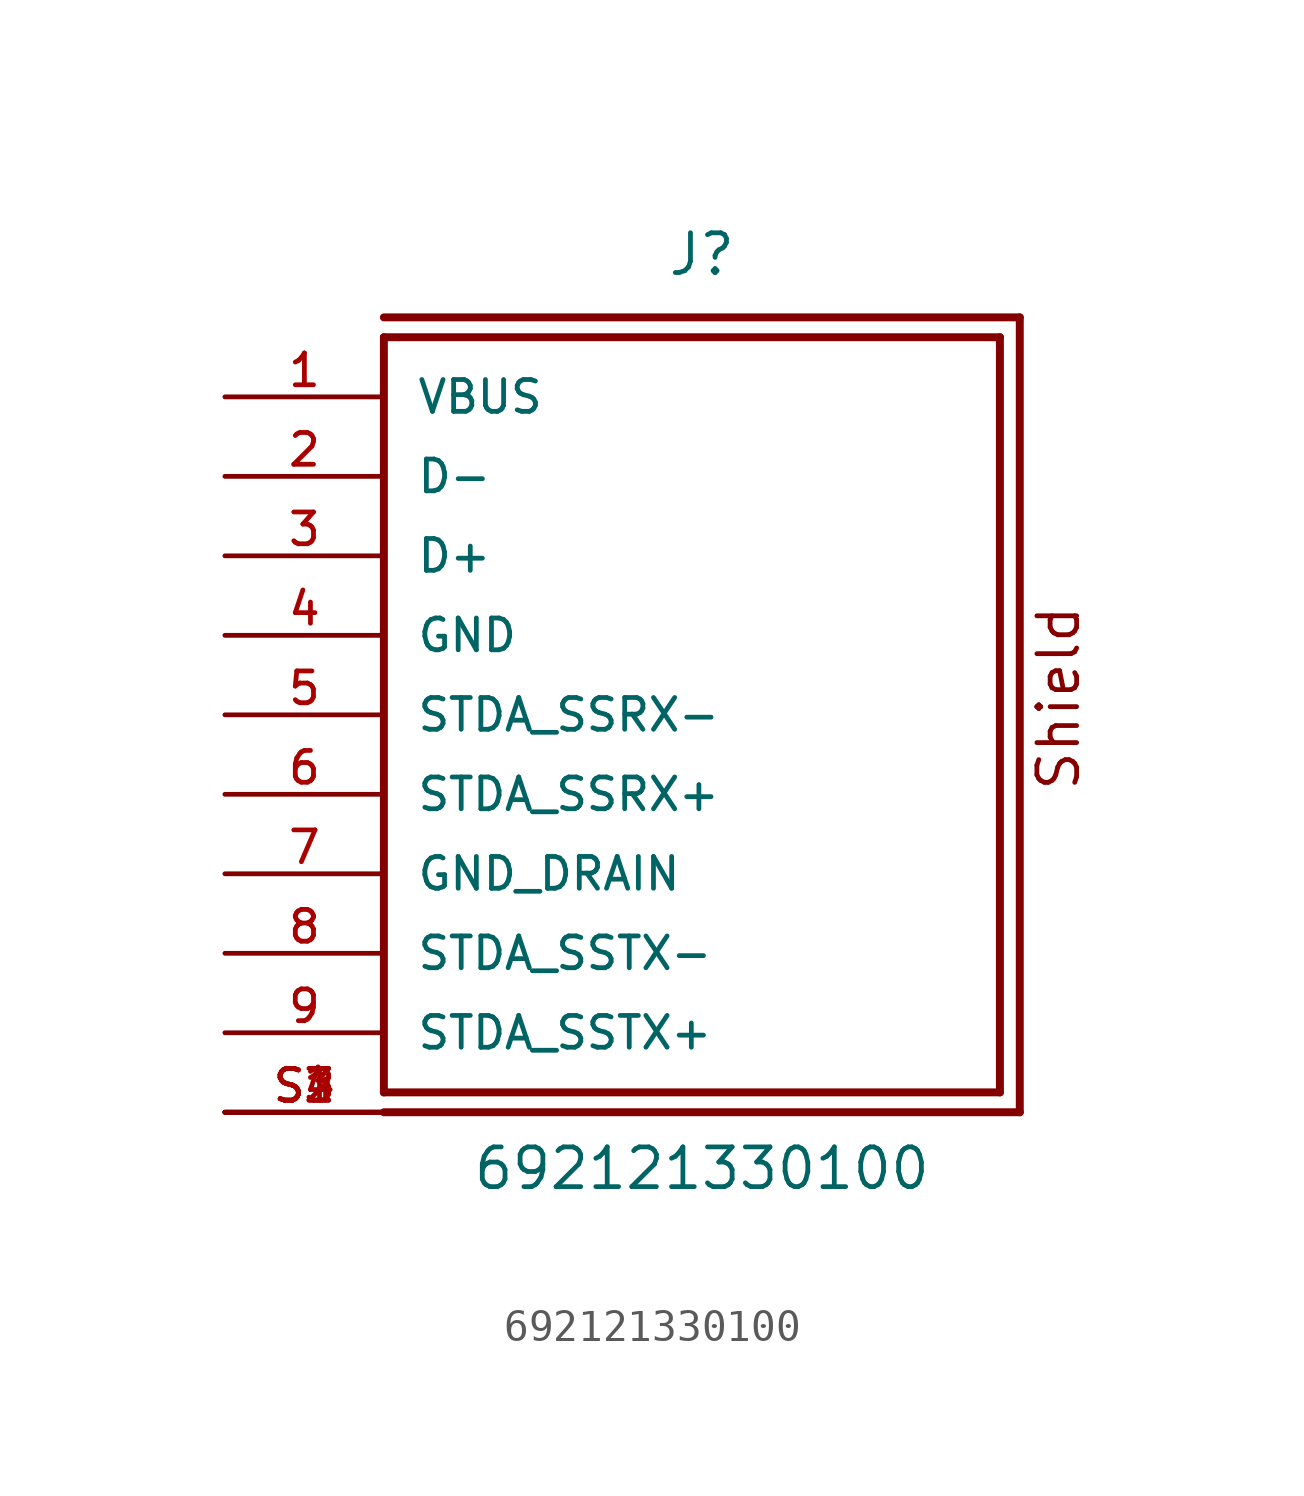
<source format=kicad_sym>
(kicad_symbol_lib
  (version 20211014)
  (generator kicad_symbol_editor)
  (symbol "692121330100"
    (pin_names
      (offset 1.016))
    (property "Reference" "J"
      (at 0.0 13.97 0)
      (effects (font (size 1.27 1.27)) (justify bottom)))
    (property "Value" "692121330100"
      (at 0.0 -15.24 0)
      (effects (font (size 1.27 1.27)) (justify bottom)))
    (symbol "692121330100_0_0"
      (polyline (pts (xy -10.16 12.065) (xy 9.525 12.065)) (stroke (width 0.254)))
      (polyline (pts (xy 9.525 12.065) (xy 9.525 -12.065)) (stroke (width 0.254)))
      (polyline (pts (xy 9.525 -12.065) (xy -10.16 -12.065)) (stroke (width 0.254)))
      (polyline (pts (xy -10.16 -12.065) (xy -10.16 12.065)) (stroke (width 0.254)))
      (polyline (pts (xy 10.16 12.7) (xy 10.16 -12.7)) (stroke (width 0.254)))
      (polyline (pts (xy 10.16 -12.7) (xy -10.16 -12.7)) (stroke (width 0.254)))
      (polyline (pts (xy 10.16 12.7) (xy -10.16 12.7)) (stroke (width 0.254)))
      (text "Shield" (at 12.14 -2.5 900) (effects (font (size 1.27 1.27)) (justify bottom left)))
      (pin passive line (at -15.24 10.16 0) (length 5.08) (name "VBUS" (effects (font (size 1.016 1.016)))) (number "1" (effects (font (size 1.016 1.016)))))
      (pin passive line (at -15.24 7.62 0) (length 5.08) (name "D-" (effects (font (size 1.016 1.016)))) (number "2" (effects (font (size 1.016 1.016)))))
      (pin passive line (at -15.24 5.08 0) (length 5.08) (name "D+" (effects (font (size 1.016 1.016)))) (number "3" (effects (font (size 1.016 1.016)))))
      (pin passive line (at -15.24 2.54 0) (length 5.08) (name "GND" (effects (font (size 1.016 1.016)))) (number "4" (effects (font (size 1.016 1.016)))))
      (pin passive line (at -15.24 0.0 0) (length 5.08) (name "STDA_SSRX-" (effects (font (size 1.016 1.016)))) (number "5" (effects (font (size 1.016 1.016)))))
      (pin passive line (at -15.24 -2.54 0) (length 5.08) (name "STDA_SSRX+" (effects (font (size 1.016 1.016)))) (number "6" (effects (font (size 1.016 1.016)))))
      (pin passive line (at -15.24 -5.08 0) (length 5.08) (name "GND_DRAIN" (effects (font (size 1.016 1.016)))) (number "7" (effects (font (size 1.016 1.016)))))
      (pin passive line (at -15.24 -7.62 0) (length 5.08) (name "STDA_SSTX-" (effects (font (size 1.016 1.016)))) (number "8" (effects (font (size 1.016 1.016)))))
      (pin passive line (at -15.24 -10.16 0) (length 5.08) (name "STDA_SSTX+" (effects (font (size 1.016 1.016)))) (number "9" (effects (font (size 1.016 1.016)))))
      (pin passive line (at -15.24 -12.7 0) (length 5.08) (name "~" (effects (font (size 1.016 1.016)))) (number "S1" (effects (font (size 1.016 1.016)))))
      (pin passive line (at -15.24 -12.7 0) (length 5.08) (name "~" (effects (font (size 1.016 1.016)))) (number "S2" (effects (font (size 1.016 1.016)))))
      (pin passive line (at -15.24 -12.7 0) (length 5.08) (name "~" (effects (font (size 1.016 1.016)))) (number "S3" (effects (font (size 1.016 1.016)))))
      (pin passive line (at -15.24 -12.7 0) (length 5.08) (name "~" (effects (font (size 1.016 1.016)))) (number "S4" (effects (font (size 1.016 1.016))))))))
</source>
